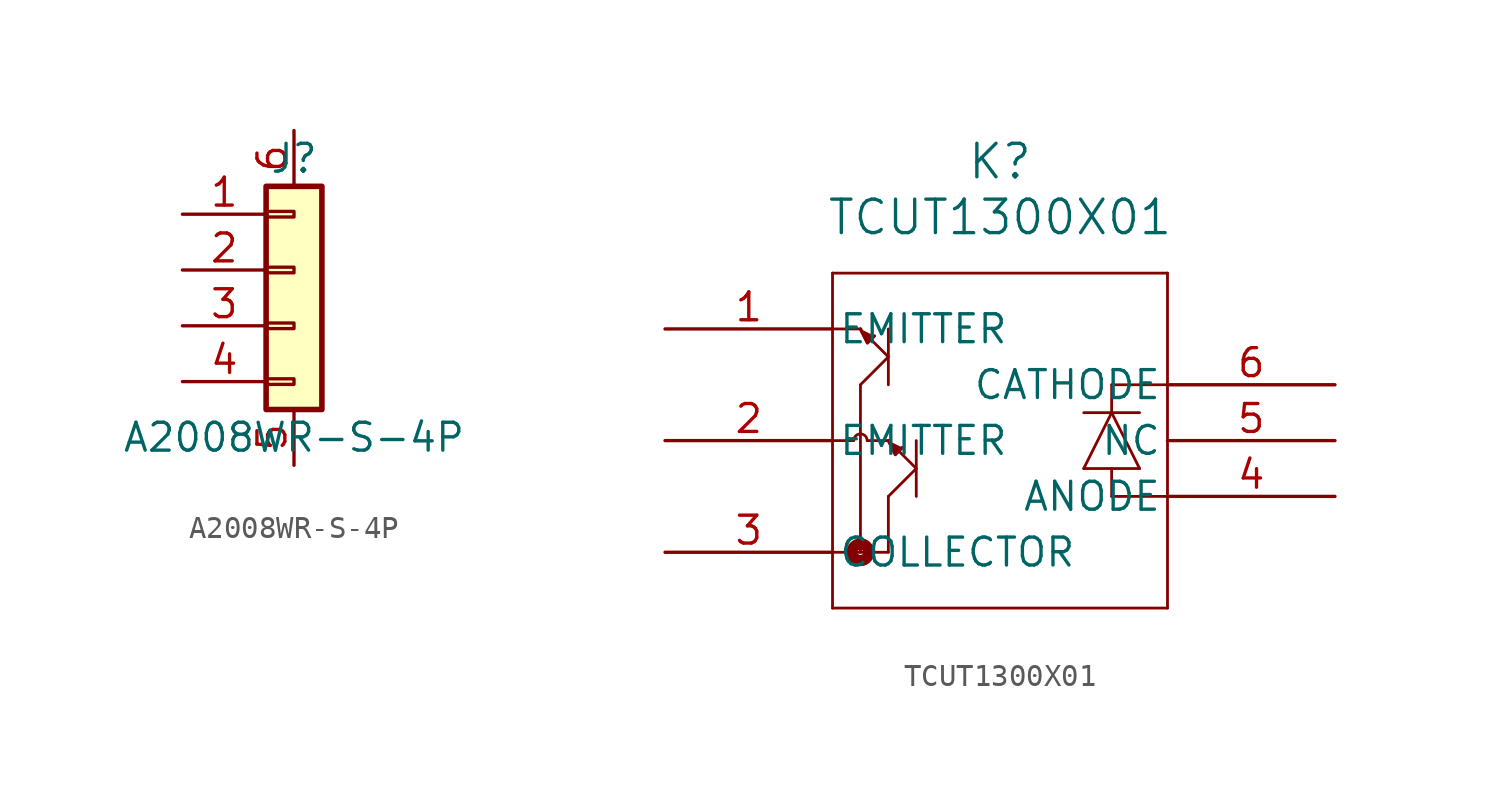
<source format=kicad_sym>
(kicad_symbol_lib
  (version 20241209)
  (generator "kicad_symbol_editor")
  (generator_version "9.0")
  (symbol "A2008WR-S-4P"
    (pin_names
      (offset 1.016)
      (hide yes))
    (property "Reference" "J"
      (at 0 5.08 0)
      (effects (font (size 1.27 1.27))))
    (property "Value" "A2008WR-S-4P"
      (at 0 -7.62 0)
      (effects (font (size 1.27 1.27))))
    (symbol "A2008WR-S-4P_1_1"
      (rectangle (start -1.27 3.81) (end 1.27 -6.35) (stroke (width 0.254) (type default)) (fill (type background)))
      (rectangle (start -1.27 2.667) (end 0 2.413) (stroke (width 0.152) (type default)) (fill (type none)))
      (rectangle (start -1.27 0.127) (end 0 -0.127) (stroke (width 0.152) (type default)) (fill (type none)))
      (rectangle (start -1.27 -2.413) (end 0 -2.667) (stroke (width 0.152) (type default)) (fill (type none)))
      (rectangle (start -1.27 -4.953) (end 0 -5.207) (stroke (width 0.152) (type default)) (fill (type none)))
      (pin passive line (at -5.08 2.54 0) (length 3.81) (name "Pin_1" (effects (font (size 1.27 1.27)))) (number "1" (effects (font (size 1.27 1.27)))))
      (pin passive line (at -5.08 0 0) (length 3.81) (name "Pin_2" (effects (font (size 1.27 1.27)))) (number "2" (effects (font (size 1.27 1.27)))))
      (pin power_out line (at -5.08 -2.54 0) (length 3.81) (name "Pin_3" (effects (font (size 1.27 1.27)))) (number "3" (effects (font (size 1.27 1.27)))))
      (pin power_out line (at -5.08 -5.08 0) (length 3.81) (name "Pin_4" (effects (font (size 1.27 1.27)))) (number "4" (effects (font (size 1.27 1.27)))))
      (pin passive line (at 0 6.35 270) (length 2.54) (name "MP2" (effects (font (size 1.27 1.27)))) (number "6" (effects (font (size 1.27 1.27)))))
      (pin passive line (at 0 -8.89 90) (length 2.54) (name "MP1" (effects (font (size 1.27 1.27)))) (number "5" (effects (font (size 1.27 1.27)))))))
  (symbol "TCUT1300X01"
    (pin_names
      (offset 0.254))
    (property "Reference" "K"
      (at 15.24 7.62 0)
      (effects (font (size 1.524 1.524))))
    (property "Value" "TCUT1300X01"
      (at 15.24 5.08 0)
      (effects (font (size 1.524 1.524))))
    (property "ki_locked" ""
      (at 0 0 0)
      (effects (font (size 1.27 1.27))))
    (symbol "TCUT1300X01_0_1"
      (polyline (pts (xy 7.62 2.54) (xy 7.62 -12.7)) (stroke (width 0.127) (type default)) (fill (type none)))
      (polyline (pts (xy 7.62 0) (xy 8.89 0)) (stroke (width 0.127) (type default)) (fill (type none)))
      (polyline (pts (xy 7.62 -5.08) (xy 8.572 -5.08)) (stroke (width 0.127) (type default)) (fill (type none)))
      (polyline (pts (xy 7.62 -10.16) (xy 10.16 -10.16)) (stroke (width 0.127) (type default)) (fill (type none)))
      (polyline (pts (xy 7.62 -12.7) (xy 22.86 -12.7)) (stroke (width 0.127) (type default)) (fill (type none)))
      (polyline (pts (xy 8.89 0) (xy 9.207 -0.635) (xy 9.525 -0.318)) (stroke (width 0) (type default)) (fill (type outline)))
      (arc (start 8.5852 -5.08) (mid 8.89 -4.7765) (end 9.1948 -5.08) (stroke (width 0.127) (type default)) (fill (type none)))
      (polyline (pts (xy 8.89 -10.16) (xy 8.89 -2.54)) (stroke (width 0.127) (type default)) (fill (type none)))
      (circle (center 8.89 -10.16) (radius 0.127) (stroke (width 0.508) (type default)) (fill (type none)))
      (polyline (pts (xy 9.207 -0.318) (xy 10.16 -1.27)) (stroke (width 0.127) (type default)) (fill (type none)))
      (polyline (pts (xy 9.207 -5.08) (xy 10.16 -5.08)) (stroke (width 0.127) (type default)) (fill (type none)))
      (polyline (pts (xy 10.16 0) (xy 10.16 -2.54)) (stroke (width 0.127) (type default)) (fill (type none)))
      (polyline (pts (xy 10.16 -1.27) (xy 8.89 -2.54)) (stroke (width 0.127) (type default)) (fill (type none)))
      (polyline (pts (xy 10.16 -5.08) (xy 10.477 -5.715) (xy 10.795 -5.397)) (stroke (width 0) (type default)) (fill (type outline)))
      (polyline (pts (xy 10.16 -7.62) (xy 10.16 -10.16)) (stroke (width 0.127) (type default)) (fill (type none)))
      (polyline (pts (xy 10.477 -5.397) (xy 11.43 -6.35)) (stroke (width 0.127) (type default)) (fill (type none)))
      (polyline (pts (xy 11.43 -5.08) (xy 11.43 -7.62)) (stroke (width 0.127) (type default)) (fill (type none)))
      (polyline (pts (xy 11.43 -6.35) (xy 10.16 -7.62)) (stroke (width 0.127) (type default)) (fill (type none)))
      (polyline (pts (xy 19.05 -3.81) (xy 21.59 -3.81)) (stroke (width 0.127) (type default)) (fill (type none)))
      (polyline (pts (xy 19.05 -6.35) (xy 21.59 -6.35)) (stroke (width 0.127) (type default)) (fill (type none)))
      (polyline (pts (xy 20.32 -2.54) (xy 20.32 -3.81)) (stroke (width 0.127) (type default)) (fill (type none)))
      (polyline (pts (xy 20.32 -3.81) (xy 19.05 -6.35)) (stroke (width 0.127) (type default)) (fill (type none)))
      (polyline (pts (xy 20.32 -6.35) (xy 20.32 -7.62)) (stroke (width 0.127) (type default)) (fill (type none)))
      (polyline (pts (xy 21.59 -6.35) (xy 20.32 -3.81)) (stroke (width 0.127) (type default)) (fill (type none)))
      (polyline (pts (xy 22.86 2.54) (xy 7.62 2.54)) (stroke (width 0.127) (type default)) (fill (type none)))
      (polyline (pts (xy 22.86 -2.54) (xy 20.32 -2.54)) (stroke (width 0.127) (type default)) (fill (type none)))
      (polyline (pts (xy 22.86 -7.62) (xy 20.32 -7.62)) (stroke (width 0.127) (type default)) (fill (type none)))
      (polyline (pts (xy 22.86 -12.7) (xy 22.86 2.54)) (stroke (width 0.127) (type default)) (fill (type none))))
    (symbol "TCUT1300X01_1_1"
      (pin open_emitter line (at 0 0 0) (length 7.62) (name "EMITTER" (effects (font (size 1.27 1.27)))) (number "1" (effects (font (size 1.27 1.27)))))
      (pin open_emitter line (at 0 -5.08 0) (length 7.62) (name "EMITTER" (effects (font (size 1.27 1.27)))) (number "2" (effects (font (size 1.27 1.27)))))
      (pin passive line (at 0 -10.16 0) (length 7.62) (name "COLLECTOR" (effects (font (size 1.27 1.27)))) (number "3" (effects (font (size 1.27 1.27)))))
      (pin passive line (at 30.48 -2.54 180) (length 7.62) (name "CATHODE" (effects (font (size 1.27 1.27)))) (number "6" (effects (font (size 1.27 1.27)))))
      (pin free line (at 30.48 -5.08 180) (length 7.62) (name "NC" (effects (font (size 1.27 1.27)))) (number "5" (effects (font (size 1.27 1.27)))))
      (pin passive line (at 30.48 -7.62 180) (length 7.62) (name "ANODE" (effects (font (size 1.27 1.27)))) (number "4" (effects (font (size 1.27 1.27))))))))
</source>
